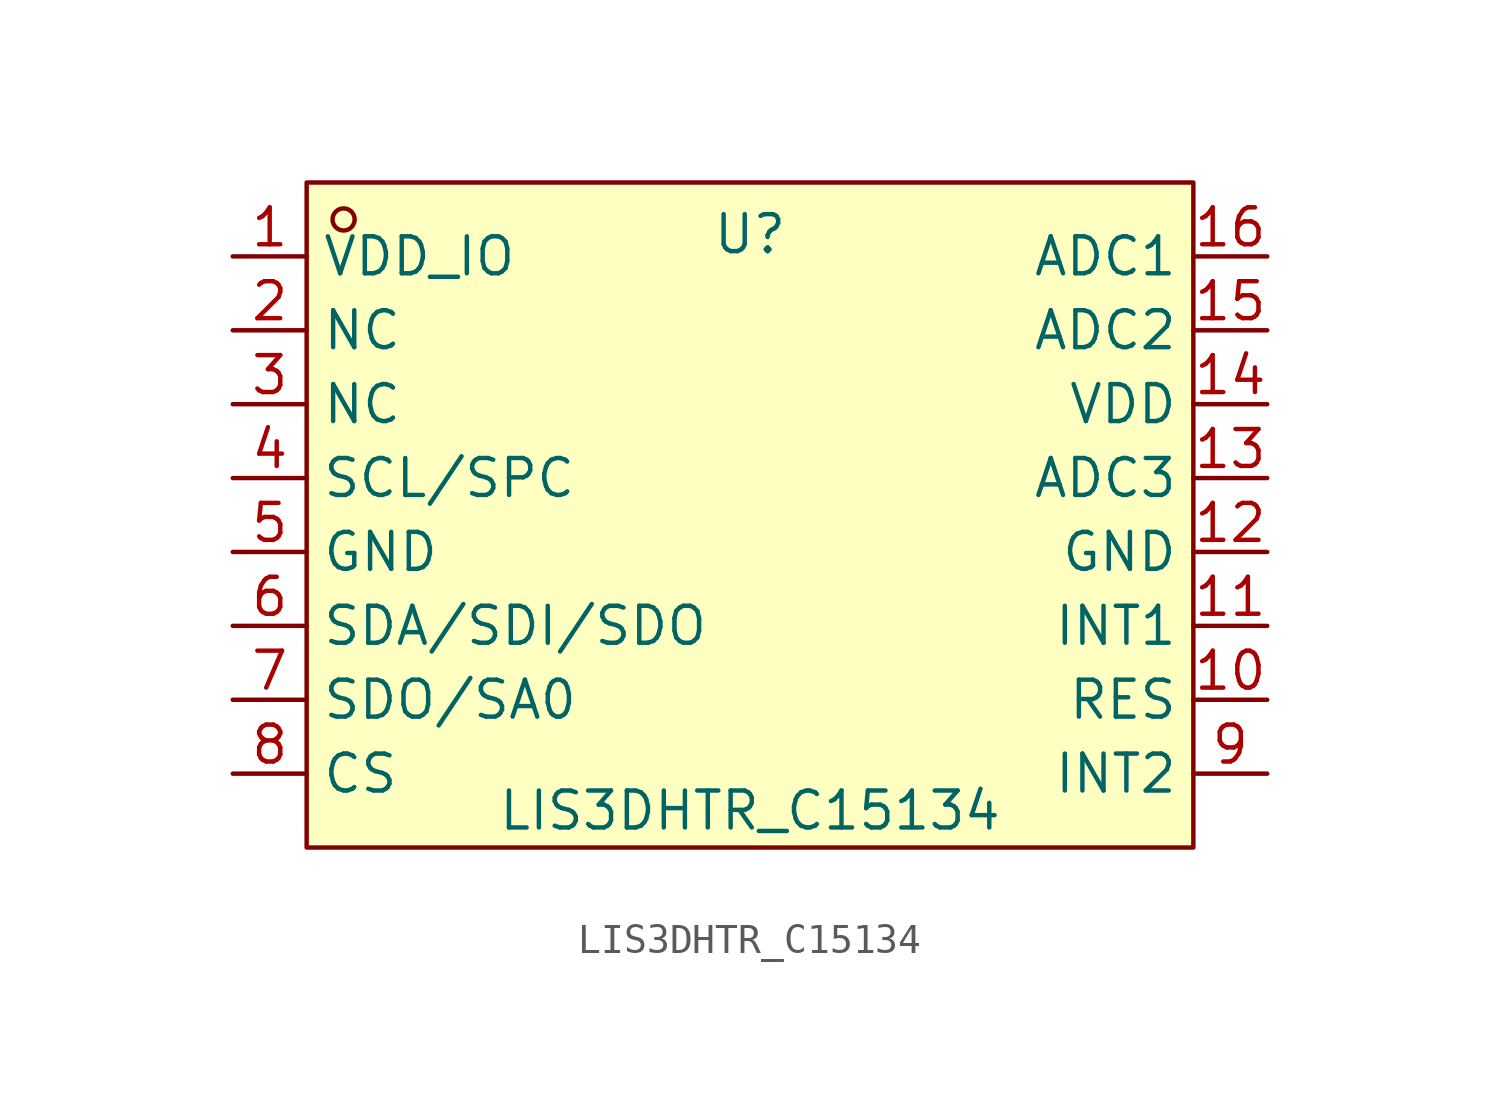
<source format=kicad_sym>
(kicad_symbol_lib
  (version 20241209)
  (generator "kicad_symbol_editor")
  (generator_version "9.0")
  (symbol "LIS3DHTR_C15134"
    (property "Reference" "U"
      (at 0 9.652 0)
      (effects (font (size 1.27 1.27))))
    (property "Value" "LIS3DHTR_C15134"
      (at 0 -10.16 0)
      (effects (font (size 1.27 1.27))))
    (symbol "LIS3DHTR_C15134_0_1"
      (rectangle (start -15.24 11.43) (end 15.24 -11.43) (stroke (width 0) (type default)) (fill (type background)))
      (circle (center -13.97 10.16) (radius 0.38) (stroke (width 0) (type default)) (fill (type none)))
      (pin unspecified line (at -17.78 8.89 0) (length 2.54) (name "VDD_IO" (effects (font (size 1.27 1.27)))) (number "1" (effects (font (size 1.27 1.27)))))
      (pin unspecified line (at -17.78 6.35 0) (length 2.54) (name "NC" (effects (font (size 1.27 1.27)))) (number "2" (effects (font (size 1.27 1.27)))))
      (pin unspecified line (at -17.78 3.81 0) (length 2.54) (name "NC" (effects (font (size 1.27 1.27)))) (number "3" (effects (font (size 1.27 1.27)))))
      (pin unspecified line (at -17.78 1.27 0) (length 2.54) (name "SCL/SPC" (effects (font (size 1.27 1.27)))) (number "4" (effects (font (size 1.27 1.27)))))
      (pin unspecified line (at -17.78 -1.27 0) (length 2.54) (name "GND" (effects (font (size 1.27 1.27)))) (number "5" (effects (font (size 1.27 1.27)))))
      (pin unspecified line (at -17.78 -3.81 0) (length 2.54) (name "SDA/SDI/SDO" (effects (font (size 1.27 1.27)))) (number "6" (effects (font (size 1.27 1.27)))))
      (pin unspecified line (at -17.78 -6.35 0) (length 2.54) (name "SDO/SA0" (effects (font (size 1.27 1.27)))) (number "7" (effects (font (size 1.27 1.27)))))
      (pin unspecified line (at -17.78 -8.89 0) (length 2.54) (name "CS" (effects (font (size 1.27 1.27)))) (number "8" (effects (font (size 1.27 1.27)))))
      (pin unspecified line (at 17.78 8.89 180) (length 2.54) (name "ADC1" (effects (font (size 1.27 1.27)))) (number "16" (effects (font (size 1.27 1.27)))))
      (pin unspecified line (at 17.78 6.35 180) (length 2.54) (name "ADC2" (effects (font (size 1.27 1.27)))) (number "15" (effects (font (size 1.27 1.27)))))
      (pin unspecified line (at 17.78 3.81 180) (length 2.54) (name "VDD" (effects (font (size 1.27 1.27)))) (number "14" (effects (font (size 1.27 1.27)))))
      (pin unspecified line (at 17.78 1.27 180) (length 2.54) (name "ADC3" (effects (font (size 1.27 1.27)))) (number "13" (effects (font (size 1.27 1.27)))))
      (pin unspecified line (at 17.78 -1.27 180) (length 2.54) (name "GND" (effects (font (size 1.27 1.27)))) (number "12" (effects (font (size 1.27 1.27)))))
      (pin unspecified line (at 17.78 -3.81 180) (length 2.54) (name "INT1" (effects (font (size 1.27 1.27)))) (number "11" (effects (font (size 1.27 1.27)))))
      (pin unspecified line (at 17.78 -6.35 180) (length 2.54) (name "RES" (effects (font (size 1.27 1.27)))) (number "10" (effects (font (size 1.27 1.27)))))
      (pin unspecified line (at 17.78 -8.89 180) (length 2.54) (name "INT2" (effects (font (size 1.27 1.27)))) (number "9" (effects (font (size 1.27 1.27))))))))
</source>
